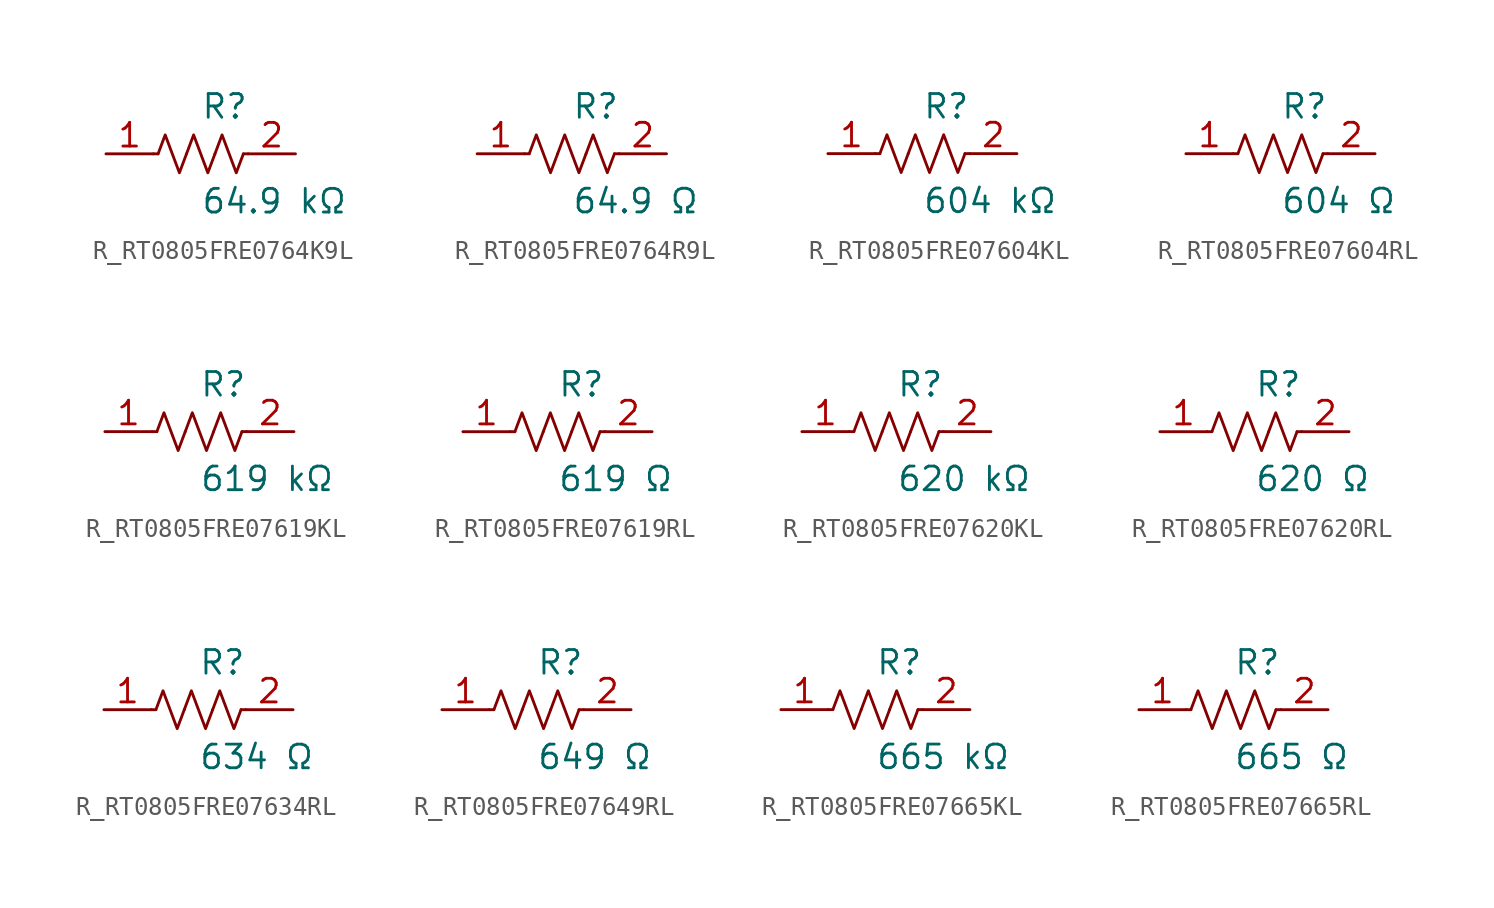
<source format=kicad_sym>
(kicad_symbol_lib
  (version 20231120)
  (generator kicad_symbol_editor)
  (generator_version 8.0)
  (symbol "R_RT0805FRE0764K9L"
    (pin_names
      (offset 0.254))
    (property "Reference" "R"
      (at 0 2.54 0)
      (effects (font (size 1.27 1.27)) (justify left)))
    (property "Value" "64.9 kΩ"
      (at 0 -2.54 0)
      (effects (font (size 1.27 1.27)) (justify left)))
    (symbol "R_RT0805FRE0764K9L_0_1"
      (polyline (pts (xy 2.286 0) (xy 2.54 0)) (stroke (width 0) (type default)) (fill (type none)))
      (polyline (pts (xy -2.286 0) (xy -2.54 0)) (stroke (width 0) (type default)) (fill (type none)))
      (polyline (pts (xy 0.762 0) (xy 1.143 1.016) (xy 1.524 0) (xy 1.905 -1.016) (xy 2.286 0)) (stroke (width 0) (type default)) (fill (type none)))
      (polyline (pts (xy -0.762 0) (xy -0.381 1.016) (xy 0 0) (xy 0.381 -1.016) (xy 0.762 0)) (stroke (width 0) (type default)) (fill (type none)))
      (polyline (pts (xy -2.286 0) (xy -1.905 1.016) (xy -1.524 0) (xy -1.143 -1.016) (xy -0.762 0)) (stroke (width 0) (type default)) (fill (type none))))
    (pin passive line
      (at -5.08 0 0)
      (length 2.54)
      (name "" (effects (font (size 1.27 1.27))))
      (number "1" (effects (font (size 1.27 1.27)))))
    (pin passive line
      (at 5.08 0 180)
      (length 2.54)
      (name "" (effects (font (size 1.27 1.27))))
      (number "2" (effects (font (size 1.27 1.27))))))
  (symbol "R_RT0805FRE0764R9L"
    (pin_names
      (offset 0.254))
    (property "Reference" "R"
      (at 0 2.54 0)
      (effects (font (size 1.27 1.27)) (justify left)))
    (property "Value" "64.9 Ω"
      (at 0 -2.54 0)
      (effects (font (size 1.27 1.27)) (justify left)))
    (symbol "R_RT0805FRE0764R9L_0_1"
      (polyline (pts (xy 2.286 0) (xy 2.54 0)) (stroke (width 0) (type default)) (fill (type none)))
      (polyline (pts (xy -2.286 0) (xy -2.54 0)) (stroke (width 0) (type default)) (fill (type none)))
      (polyline (pts (xy 0.762 0) (xy 1.143 1.016) (xy 1.524 0) (xy 1.905 -1.016) (xy 2.286 0)) (stroke (width 0) (type default)) (fill (type none)))
      (polyline (pts (xy -0.762 0) (xy -0.381 1.016) (xy 0 0) (xy 0.381 -1.016) (xy 0.762 0)) (stroke (width 0) (type default)) (fill (type none)))
      (polyline (pts (xy -2.286 0) (xy -1.905 1.016) (xy -1.524 0) (xy -1.143 -1.016) (xy -0.762 0)) (stroke (width 0) (type default)) (fill (type none))))
    (pin passive line
      (at -5.08 0 0)
      (length 2.54)
      (name "" (effects (font (size 1.27 1.27))))
      (number "1" (effects (font (size 1.27 1.27)))))
    (pin passive line
      (at 5.08 0 180)
      (length 2.54)
      (name "" (effects (font (size 1.27 1.27))))
      (number "2" (effects (font (size 1.27 1.27))))))
  (symbol "R_RT0805FRE07604KL"
    (pin_names
      (offset 0.254))
    (property "Reference" "R"
      (at 0 2.54 0)
      (effects (font (size 1.27 1.27)) (justify left)))
    (property "Value" "604 kΩ"
      (at 0 -2.54 0)
      (effects (font (size 1.27 1.27)) (justify left)))
    (symbol "R_RT0805FRE07604KL_0_1"
      (polyline (pts (xy 2.286 0) (xy 2.54 0)) (stroke (width 0) (type default)) (fill (type none)))
      (polyline (pts (xy -2.286 0) (xy -2.54 0)) (stroke (width 0) (type default)) (fill (type none)))
      (polyline (pts (xy 0.762 0) (xy 1.143 1.016) (xy 1.524 0) (xy 1.905 -1.016) (xy 2.286 0)) (stroke (width 0) (type default)) (fill (type none)))
      (polyline (pts (xy -0.762 0) (xy -0.381 1.016) (xy 0 0) (xy 0.381 -1.016) (xy 0.762 0)) (stroke (width 0) (type default)) (fill (type none)))
      (polyline (pts (xy -2.286 0) (xy -1.905 1.016) (xy -1.524 0) (xy -1.143 -1.016) (xy -0.762 0)) (stroke (width 0) (type default)) (fill (type none))))
    (pin passive line
      (at -5.08 0 0)
      (length 2.54)
      (name "" (effects (font (size 1.27 1.27))))
      (number "1" (effects (font (size 1.27 1.27)))))
    (pin passive line
      (at 5.08 0 180)
      (length 2.54)
      (name "" (effects (font (size 1.27 1.27))))
      (number "2" (effects (font (size 1.27 1.27))))))
  (symbol "R_RT0805FRE07604RL"
    (pin_names
      (offset 0.254))
    (property "Reference" "R"
      (at 0 2.54 0)
      (effects (font (size 1.27 1.27)) (justify left)))
    (property "Value" "604 Ω"
      (at 0 -2.54 0)
      (effects (font (size 1.27 1.27)) (justify left)))
    (symbol "R_RT0805FRE07604RL_0_1"
      (polyline (pts (xy 2.286 0) (xy 2.54 0)) (stroke (width 0) (type default)) (fill (type none)))
      (polyline (pts (xy -2.286 0) (xy -2.54 0)) (stroke (width 0) (type default)) (fill (type none)))
      (polyline (pts (xy 0.762 0) (xy 1.143 1.016) (xy 1.524 0) (xy 1.905 -1.016) (xy 2.286 0)) (stroke (width 0) (type default)) (fill (type none)))
      (polyline (pts (xy -0.762 0) (xy -0.381 1.016) (xy 0 0) (xy 0.381 -1.016) (xy 0.762 0)) (stroke (width 0) (type default)) (fill (type none)))
      (polyline (pts (xy -2.286 0) (xy -1.905 1.016) (xy -1.524 0) (xy -1.143 -1.016) (xy -0.762 0)) (stroke (width 0) (type default)) (fill (type none))))
    (pin passive line
      (at -5.08 0 0)
      (length 2.54)
      (name "" (effects (font (size 1.27 1.27))))
      (number "1" (effects (font (size 1.27 1.27)))))
    (pin passive line
      (at 5.08 0 180)
      (length 2.54)
      (name "" (effects (font (size 1.27 1.27))))
      (number "2" (effects (font (size 1.27 1.27))))))
  (symbol "R_RT0805FRE07619KL"
    (pin_names
      (offset 0.254))
    (property "Reference" "R"
      (at 0 2.54 0)
      (effects (font (size 1.27 1.27)) (justify left)))
    (property "Value" "619 kΩ"
      (at 0 -2.54 0)
      (effects (font (size 1.27 1.27)) (justify left)))
    (symbol "R_RT0805FRE07619KL_0_1"
      (polyline (pts (xy 2.286 0) (xy 2.54 0)) (stroke (width 0) (type default)) (fill (type none)))
      (polyline (pts (xy -2.286 0) (xy -2.54 0)) (stroke (width 0) (type default)) (fill (type none)))
      (polyline (pts (xy 0.762 0) (xy 1.143 1.016) (xy 1.524 0) (xy 1.905 -1.016) (xy 2.286 0)) (stroke (width 0) (type default)) (fill (type none)))
      (polyline (pts (xy -0.762 0) (xy -0.381 1.016) (xy 0 0) (xy 0.381 -1.016) (xy 0.762 0)) (stroke (width 0) (type default)) (fill (type none)))
      (polyline (pts (xy -2.286 0) (xy -1.905 1.016) (xy -1.524 0) (xy -1.143 -1.016) (xy -0.762 0)) (stroke (width 0) (type default)) (fill (type none))))
    (pin passive line
      (at -5.08 0 0)
      (length 2.54)
      (name "" (effects (font (size 1.27 1.27))))
      (number "1" (effects (font (size 1.27 1.27)))))
    (pin passive line
      (at 5.08 0 180)
      (length 2.54)
      (name "" (effects (font (size 1.27 1.27))))
      (number "2" (effects (font (size 1.27 1.27))))))
  (symbol "R_RT0805FRE07619RL"
    (pin_names
      (offset 0.254))
    (property "Reference" "R"
      (at 0 2.54 0)
      (effects (font (size 1.27 1.27)) (justify left)))
    (property "Value" "619 Ω"
      (at 0 -2.54 0)
      (effects (font (size 1.27 1.27)) (justify left)))
    (symbol "R_RT0805FRE07619RL_0_1"
      (polyline (pts (xy 2.286 0) (xy 2.54 0)) (stroke (width 0) (type default)) (fill (type none)))
      (polyline (pts (xy -2.286 0) (xy -2.54 0)) (stroke (width 0) (type default)) (fill (type none)))
      (polyline (pts (xy 0.762 0) (xy 1.143 1.016) (xy 1.524 0) (xy 1.905 -1.016) (xy 2.286 0)) (stroke (width 0) (type default)) (fill (type none)))
      (polyline (pts (xy -0.762 0) (xy -0.381 1.016) (xy 0 0) (xy 0.381 -1.016) (xy 0.762 0)) (stroke (width 0) (type default)) (fill (type none)))
      (polyline (pts (xy -2.286 0) (xy -1.905 1.016) (xy -1.524 0) (xy -1.143 -1.016) (xy -0.762 0)) (stroke (width 0) (type default)) (fill (type none))))
    (pin passive line
      (at -5.08 0 0)
      (length 2.54)
      (name "" (effects (font (size 1.27 1.27))))
      (number "1" (effects (font (size 1.27 1.27)))))
    (pin passive line
      (at 5.08 0 180)
      (length 2.54)
      (name "" (effects (font (size 1.27 1.27))))
      (number "2" (effects (font (size 1.27 1.27))))))
  (symbol "R_RT0805FRE07620KL"
    (pin_names
      (offset 0.254))
    (property "Reference" "R"
      (at 0 2.54 0)
      (effects (font (size 1.27 1.27)) (justify left)))
    (property "Value" "620 kΩ"
      (at 0 -2.54 0)
      (effects (font (size 1.27 1.27)) (justify left)))
    (symbol "R_RT0805FRE07620KL_0_1"
      (polyline (pts (xy 2.286 0) (xy 2.54 0)) (stroke (width 0) (type default)) (fill (type none)))
      (polyline (pts (xy -2.286 0) (xy -2.54 0)) (stroke (width 0) (type default)) (fill (type none)))
      (polyline (pts (xy 0.762 0) (xy 1.143 1.016) (xy 1.524 0) (xy 1.905 -1.016) (xy 2.286 0)) (stroke (width 0) (type default)) (fill (type none)))
      (polyline (pts (xy -0.762 0) (xy -0.381 1.016) (xy 0 0) (xy 0.381 -1.016) (xy 0.762 0)) (stroke (width 0) (type default)) (fill (type none)))
      (polyline (pts (xy -2.286 0) (xy -1.905 1.016) (xy -1.524 0) (xy -1.143 -1.016) (xy -0.762 0)) (stroke (width 0) (type default)) (fill (type none))))
    (pin passive line
      (at -5.08 0 0)
      (length 2.54)
      (name "" (effects (font (size 1.27 1.27))))
      (number "1" (effects (font (size 1.27 1.27)))))
    (pin passive line
      (at 5.08 0 180)
      (length 2.54)
      (name "" (effects (font (size 1.27 1.27))))
      (number "2" (effects (font (size 1.27 1.27))))))
  (symbol "R_RT0805FRE07620RL"
    (pin_names
      (offset 0.254))
    (property "Reference" "R"
      (at 0 2.54 0)
      (effects (font (size 1.27 1.27)) (justify left)))
    (property "Value" "620 Ω"
      (at 0 -2.54 0)
      (effects (font (size 1.27 1.27)) (justify left)))
    (symbol "R_RT0805FRE07620RL_0_1"
      (polyline (pts (xy 2.286 0) (xy 2.54 0)) (stroke (width 0) (type default)) (fill (type none)))
      (polyline (pts (xy -2.286 0) (xy -2.54 0)) (stroke (width 0) (type default)) (fill (type none)))
      (polyline (pts (xy 0.762 0) (xy 1.143 1.016) (xy 1.524 0) (xy 1.905 -1.016) (xy 2.286 0)) (stroke (width 0) (type default)) (fill (type none)))
      (polyline (pts (xy -0.762 0) (xy -0.381 1.016) (xy 0 0) (xy 0.381 -1.016) (xy 0.762 0)) (stroke (width 0) (type default)) (fill (type none)))
      (polyline (pts (xy -2.286 0) (xy -1.905 1.016) (xy -1.524 0) (xy -1.143 -1.016) (xy -0.762 0)) (stroke (width 0) (type default)) (fill (type none))))
    (pin passive line
      (at -5.08 0 0)
      (length 2.54)
      (name "" (effects (font (size 1.27 1.27))))
      (number "1" (effects (font (size 1.27 1.27)))))
    (pin passive line
      (at 5.08 0 180)
      (length 2.54)
      (name "" (effects (font (size 1.27 1.27))))
      (number "2" (effects (font (size 1.27 1.27))))))
  (symbol "R_RT0805FRE07634RL"
    (pin_names
      (offset 0.254))
    (property "Reference" "R"
      (at 0 2.54 0)
      (effects (font (size 1.27 1.27)) (justify left)))
    (property "Value" "634 Ω"
      (at 0 -2.54 0)
      (effects (font (size 1.27 1.27)) (justify left)))
    (symbol "R_RT0805FRE07634RL_0_1"
      (polyline (pts (xy 2.286 0) (xy 2.54 0)) (stroke (width 0) (type default)) (fill (type none)))
      (polyline (pts (xy -2.286 0) (xy -2.54 0)) (stroke (width 0) (type default)) (fill (type none)))
      (polyline (pts (xy 0.762 0) (xy 1.143 1.016) (xy 1.524 0) (xy 1.905 -1.016) (xy 2.286 0)) (stroke (width 0) (type default)) (fill (type none)))
      (polyline (pts (xy -0.762 0) (xy -0.381 1.016) (xy 0 0) (xy 0.381 -1.016) (xy 0.762 0)) (stroke (width 0) (type default)) (fill (type none)))
      (polyline (pts (xy -2.286 0) (xy -1.905 1.016) (xy -1.524 0) (xy -1.143 -1.016) (xy -0.762 0)) (stroke (width 0) (type default)) (fill (type none))))
    (pin passive line
      (at -5.08 0 0)
      (length 2.54)
      (name "" (effects (font (size 1.27 1.27))))
      (number "1" (effects (font (size 1.27 1.27)))))
    (pin passive line
      (at 5.08 0 180)
      (length 2.54)
      (name "" (effects (font (size 1.27 1.27))))
      (number "2" (effects (font (size 1.27 1.27))))))
  (symbol "R_RT0805FRE07649RL"
    (pin_names
      (offset 0.254))
    (property "Reference" "R"
      (at 0 2.54 0)
      (effects (font (size 1.27 1.27)) (justify left)))
    (property "Value" "649 Ω"
      (at 0 -2.54 0)
      (effects (font (size 1.27 1.27)) (justify left)))
    (symbol "R_RT0805FRE07649RL_0_1"
      (polyline (pts (xy 2.286 0) (xy 2.54 0)) (stroke (width 0) (type default)) (fill (type none)))
      (polyline (pts (xy -2.286 0) (xy -2.54 0)) (stroke (width 0) (type default)) (fill (type none)))
      (polyline (pts (xy 0.762 0) (xy 1.143 1.016) (xy 1.524 0) (xy 1.905 -1.016) (xy 2.286 0)) (stroke (width 0) (type default)) (fill (type none)))
      (polyline (pts (xy -0.762 0) (xy -0.381 1.016) (xy 0 0) (xy 0.381 -1.016) (xy 0.762 0)) (stroke (width 0) (type default)) (fill (type none)))
      (polyline (pts (xy -2.286 0) (xy -1.905 1.016) (xy -1.524 0) (xy -1.143 -1.016) (xy -0.762 0)) (stroke (width 0) (type default)) (fill (type none))))
    (pin passive line
      (at -5.08 0 0)
      (length 2.54)
      (name "" (effects (font (size 1.27 1.27))))
      (number "1" (effects (font (size 1.27 1.27)))))
    (pin passive line
      (at 5.08 0 180)
      (length 2.54)
      (name "" (effects (font (size 1.27 1.27))))
      (number "2" (effects (font (size 1.27 1.27))))))
  (symbol "R_RT0805FRE07665KL"
    (pin_names
      (offset 0.254))
    (property "Reference" "R"
      (at 0 2.54 0)
      (effects (font (size 1.27 1.27)) (justify left)))
    (property "Value" "665 kΩ"
      (at 0 -2.54 0)
      (effects (font (size 1.27 1.27)) (justify left)))
    (symbol "R_RT0805FRE07665KL_0_1"
      (polyline (pts (xy 2.286 0) (xy 2.54 0)) (stroke (width 0) (type default)) (fill (type none)))
      (polyline (pts (xy -2.286 0) (xy -2.54 0)) (stroke (width 0) (type default)) (fill (type none)))
      (polyline (pts (xy 0.762 0) (xy 1.143 1.016) (xy 1.524 0) (xy 1.905 -1.016) (xy 2.286 0)) (stroke (width 0) (type default)) (fill (type none)))
      (polyline (pts (xy -0.762 0) (xy -0.381 1.016) (xy 0 0) (xy 0.381 -1.016) (xy 0.762 0)) (stroke (width 0) (type default)) (fill (type none)))
      (polyline (pts (xy -2.286 0) (xy -1.905 1.016) (xy -1.524 0) (xy -1.143 -1.016) (xy -0.762 0)) (stroke (width 0) (type default)) (fill (type none))))
    (pin passive line
      (at -5.08 0 0)
      (length 2.54)
      (name "" (effects (font (size 1.27 1.27))))
      (number "1" (effects (font (size 1.27 1.27)))))
    (pin passive line
      (at 5.08 0 180)
      (length 2.54)
      (name "" (effects (font (size 1.27 1.27))))
      (number "2" (effects (font (size 1.27 1.27))))))
  (symbol "R_RT0805FRE07665RL"
    (pin_names
      (offset 0.254))
    (property "Reference" "R"
      (at 0 2.54 0)
      (effects (font (size 1.27 1.27)) (justify left)))
    (property "Value" "665 Ω"
      (at 0 -2.54 0)
      (effects (font (size 1.27 1.27)) (justify left)))
    (symbol "R_RT0805FRE07665RL_0_1"
      (polyline (pts (xy 2.286 0) (xy 2.54 0)) (stroke (width 0) (type default)) (fill (type none)))
      (polyline (pts (xy -2.286 0) (xy -2.54 0)) (stroke (width 0) (type default)) (fill (type none)))
      (polyline (pts (xy 0.762 0) (xy 1.143 1.016) (xy 1.524 0) (xy 1.905 -1.016) (xy 2.286 0)) (stroke (width 0) (type default)) (fill (type none)))
      (polyline (pts (xy -0.762 0) (xy -0.381 1.016) (xy 0 0) (xy 0.381 -1.016) (xy 0.762 0)) (stroke (width 0) (type default)) (fill (type none)))
      (polyline (pts (xy -2.286 0) (xy -1.905 1.016) (xy -1.524 0) (xy -1.143 -1.016) (xy -0.762 0)) (stroke (width 0) (type default)) (fill (type none))))
    (pin passive line
      (at -5.08 0 0)
      (length 2.54)
      (name "" (effects (font (size 1.27 1.27))))
      (number "1" (effects (font (size 1.27 1.27)))))
    (pin passive line
      (at 5.08 0 180)
      (length 2.54)
      (name "" (effects (font (size 1.27 1.27))))
      (number "2" (effects (font (size 1.27 1.27)))))))
</source>
